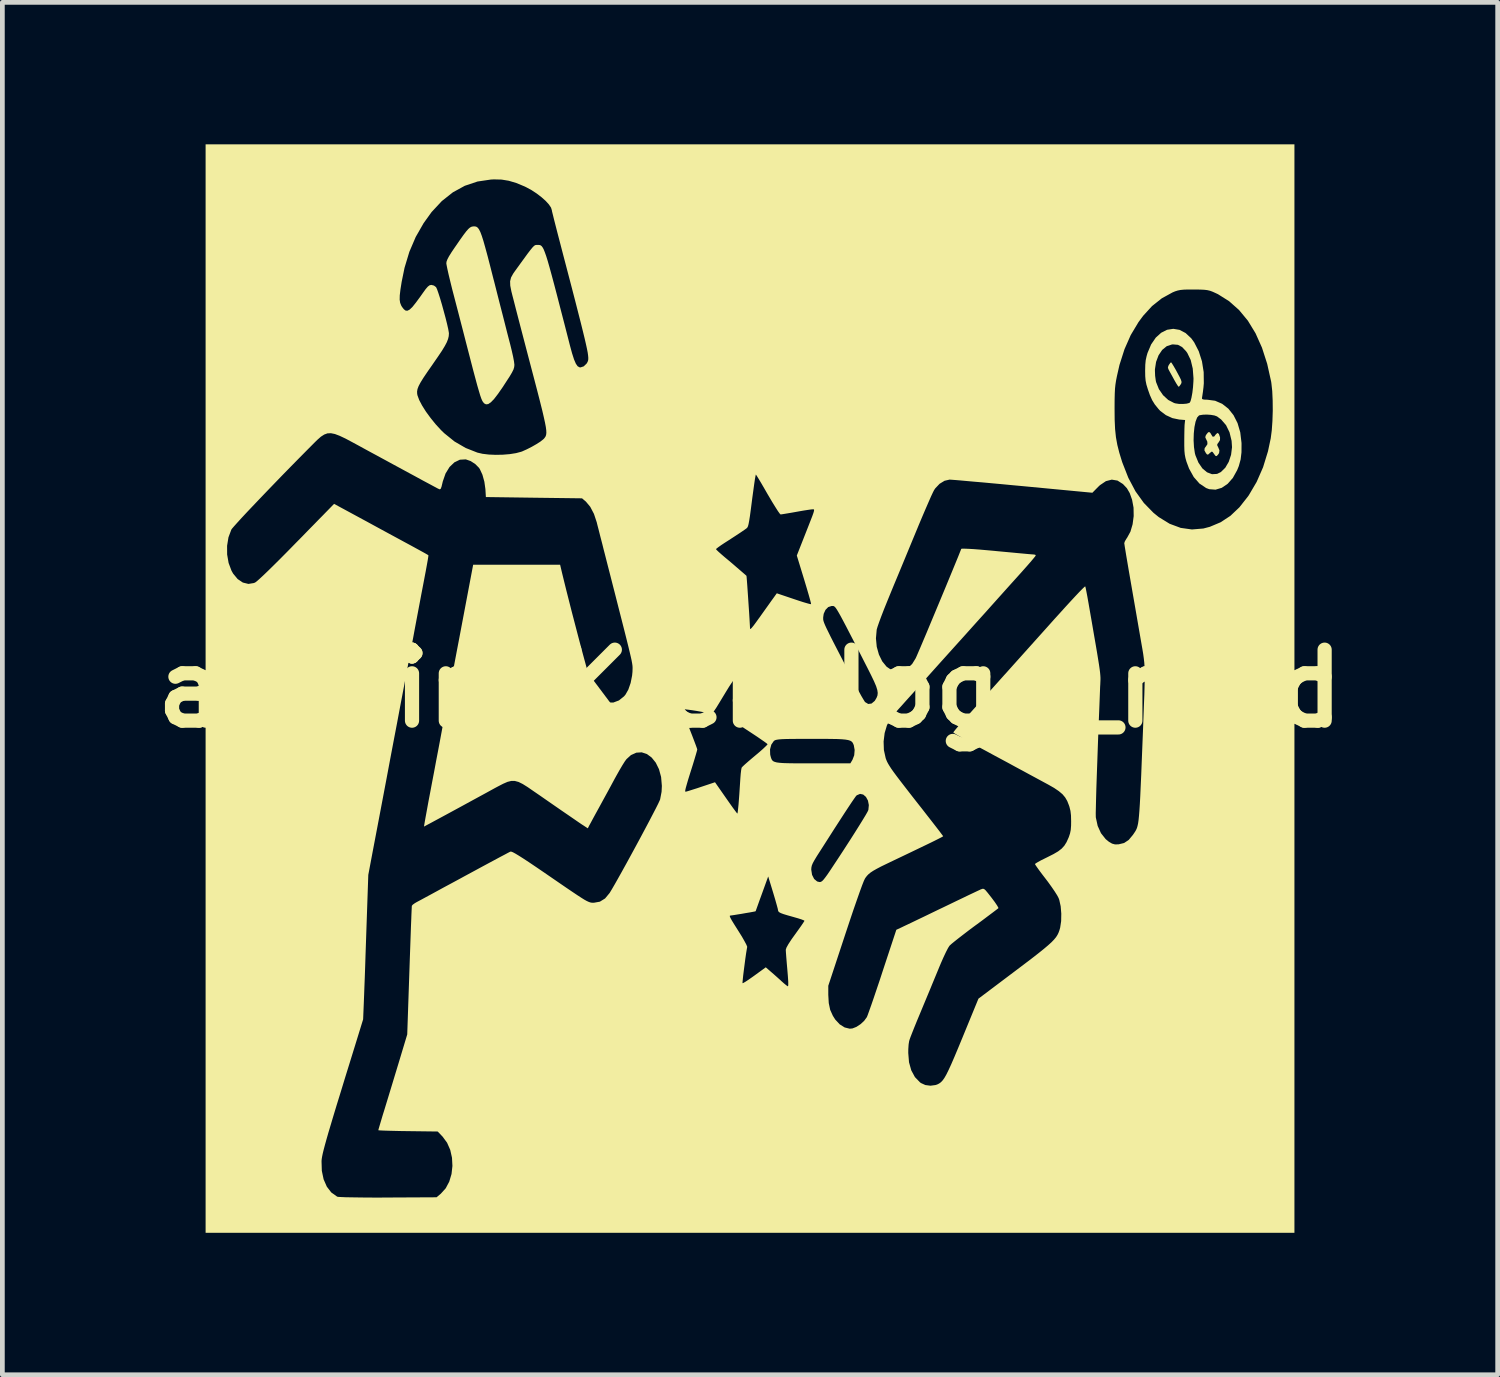
<source format=kicad_pcb>
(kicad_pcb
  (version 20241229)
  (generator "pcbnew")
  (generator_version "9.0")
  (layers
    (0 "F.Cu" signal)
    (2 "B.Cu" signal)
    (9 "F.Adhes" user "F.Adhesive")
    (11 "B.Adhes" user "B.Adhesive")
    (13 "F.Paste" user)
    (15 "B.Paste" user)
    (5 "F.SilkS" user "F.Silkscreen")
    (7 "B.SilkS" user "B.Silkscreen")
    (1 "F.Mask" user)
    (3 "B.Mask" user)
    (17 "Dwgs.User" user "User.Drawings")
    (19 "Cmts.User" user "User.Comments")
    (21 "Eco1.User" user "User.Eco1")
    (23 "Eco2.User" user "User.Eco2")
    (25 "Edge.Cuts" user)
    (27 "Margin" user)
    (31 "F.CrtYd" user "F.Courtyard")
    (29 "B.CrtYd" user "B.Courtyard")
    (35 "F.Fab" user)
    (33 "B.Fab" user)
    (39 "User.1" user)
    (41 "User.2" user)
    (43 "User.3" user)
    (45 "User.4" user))
  (footprint "arduinoKick_logo_mod"
    (layer "F.Cu")
    (at 12.8 11.501)
    (property "Reference" "arduinoKick_logo_mod" (at 0 0 0) (layer "F.SilkS") (effects (font (size 1.5 1.5) (thickness 0.3))))
    (attr board_only exclude_from_pos_files exclude_from_bom)
    (fp_poly (pts (xy 8.914 -6.875) (xy 8.947 -6.822) (xy 8.992 -6.745) (xy 9.023 -6.688) (xy 9.074 -6.593) (xy 9.105 -6.53) (xy 9.118 -6.489) (xy 9.118 -6.461) (xy 9.107 -6.435) (xy 9.103 -6.43) (xy 9.075 -6.39) (xy 9.058 -6.377) (xy 9.041 -6.397) (xy 9.008 -6.448) (xy 8.966 -6.521) (xy 8.959 -6.534) (xy 8.913 -6.618) (xy 8.873 -6.69) (xy 8.848 -6.737) (xy 8.847 -6.738) (xy 8.831 -6.779) (xy 8.84 -6.817) (xy 8.853 -6.841) (xy 8.881 -6.881) (xy 8.898 -6.895)) (stroke (width 0) (type solid)) (fill yes) (layer "F.SilkS"))
    (fp_poly (pts (xy 9.728 -5.402) (xy 9.747 -5.369) (xy 9.777 -5.322) (xy 9.809 -5.326) (xy 9.842 -5.369) (xy 9.877 -5.402) (xy 9.908 -5.382) (xy 9.932 -5.311) (xy 9.933 -5.308) (xy 9.932 -5.251) (xy 9.903 -5.203) (xy 9.875 -5.166) (xy 9.874 -5.137) (xy 9.892 -5.103) (xy 9.92 -5.035) (xy 9.913 -4.977) (xy 9.891 -4.944) (xy 9.861 -4.913) (xy 9.839 -4.915) (xy 9.81 -4.952) (xy 9.802 -4.964) (xy 9.773 -5.003) (xy 9.749 -5.005) (xy 9.716 -4.976) (xy 9.681 -4.945) (xy 9.658 -4.947) (xy 9.634 -4.976) (xy 9.603 -5.033) (xy 9.608 -5.081) (xy 9.635 -5.117) (xy 9.666 -5.164) (xy 9.664 -5.217) (xy 9.641 -5.265) (xy 9.622 -5.305) (xy 9.627 -5.339) (xy 9.644 -5.369) (xy 9.677 -5.41) (xy 9.701 -5.423)) (stroke (width 0) (type solid)) (fill yes) (layer "F.SilkS"))
    (fp_poly (pts (xy -5.809 -9.766) (xy -5.78 -9.758) (xy -5.753 -9.738) (xy -5.727 -9.703) (xy -5.699 -9.648) (xy -5.669 -9.568) (xy -5.634 -9.459) (xy -5.594 -9.317) (xy -5.545 -9.137) (xy -5.488 -8.916) (xy -5.42 -8.648) (xy -5.41 -8.612) (xy -5.35 -8.375) (xy -5.29 -8.139) (xy -5.232 -7.914) (xy -5.179 -7.706) (xy -5.133 -7.524) (xy -5.095 -7.377) (xy -5.068 -7.274) (xy -5.035 -7.139) (xy -5.007 -7.015) (xy -4.988 -6.914) (xy -4.98 -6.848) (xy -4.979 -6.842) (xy -4.984 -6.793) (xy -4.999 -6.742) (xy -5.031 -6.678) (xy -5.083 -6.59) (xy -5.11 -6.549) (xy -5.229 -6.366) (xy -5.328 -6.224) (xy -5.409 -6.119) (xy -5.477 -6.049) (xy -5.532 -6.012) (xy -5.579 -6.006) (xy -5.619 -6.027) (xy -5.647 -6.062) (xy -5.663 -6.091) (xy -5.681 -6.134) (xy -5.703 -6.198) (xy -5.729 -6.286) (xy -5.763 -6.402) (xy -5.803 -6.551) (xy -5.853 -6.738) (xy -5.912 -6.966) (xy -5.983 -7.24) (xy -5.996 -7.29) (xy -6.027 -7.411) (xy -6.068 -7.571) (xy -6.116 -7.756) (xy -6.168 -7.957) (xy -6.221 -8.16) (xy -6.248 -8.264) (xy -6.295 -8.444) (xy -6.336 -8.611) (xy -6.371 -8.756) (xy -6.397 -8.873) (xy -6.413 -8.954) (xy -6.418 -8.987) (xy -6.413 -9.024) (xy -6.395 -9.071) (xy -6.362 -9.134) (xy -6.309 -9.219) (xy -6.232 -9.333) (xy -6.224 -9.344) (xy -6.129 -9.482) (xy -6.055 -9.586) (xy -5.998 -9.661) (xy -5.953 -9.712) (xy -5.917 -9.743) (xy -5.884 -9.76) (xy -5.852 -9.766) (xy -5.842 -9.767)) (stroke (width 0) (type solid)) (fill yes) (layer "F.SilkS"))
    (fp_poly (pts (xy 9.077 -7.58) (xy 9.205 -7.513) (xy 9.324 -7.402) (xy 9.386 -7.317) (xy 9.483 -7.128) (xy 9.551 -6.915) (xy 9.587 -6.687) (xy 9.59 -6.452) (xy 9.583 -6.368) (xy 9.571 -6.27) (xy 9.559 -6.189) (xy 9.552 -6.146) (xy 9.552 -6.124) (xy 9.57 -6.111) (xy 9.613 -6.105) (xy 9.665 -6.104) (xy 9.829 -6.082) (xy 9.978 -6.017) (xy 10.109 -5.914) (xy 10.218 -5.777) (xy 10.303 -5.609) (xy 10.36 -5.415) (xy 10.386 -5.197) (xy 10.387 -5.177) (xy 10.386 -4.993) (xy 10.368 -4.841) (xy 10.33 -4.703) (xy 10.295 -4.616) (xy 10.204 -4.452) (xy 10.093 -4.326) (xy 9.969 -4.242) (xy 9.838 -4.203) (xy 9.705 -4.213) (xy 9.64 -4.237) (xy 9.499 -4.331) (xy 9.377 -4.47) (xy 9.278 -4.649) (xy 9.224 -4.793) (xy 9.202 -4.871) (xy 9.188 -4.943) (xy 9.18 -5.024) (xy 9.177 -5.133) (xy 9.177 -5.233) (xy 9.177 -5.245) (xy 9.374 -5.245) (xy 9.382 -5.103) (xy 9.401 -4.974) (xy 9.413 -4.929) (xy 9.477 -4.773) (xy 9.56 -4.652) (xy 9.658 -4.57) (xy 9.763 -4.53) (xy 9.87 -4.536) (xy 9.95 -4.575) (xy 10.044 -4.667) (xy 10.117 -4.792) (xy 10.166 -4.94) (xy 10.186 -5.1) (xy 10.177 -5.235) (xy 10.133 -5.416) (xy 10.06 -5.566) (xy 9.956 -5.686) (xy 9.869 -5.751) (xy 9.815 -5.771) (xy 9.739 -5.784) (xy 9.653 -5.79) (xy 9.57 -5.787) (xy 9.503 -5.776) (xy 9.488 -5.771) (xy 9.449 -5.728) (xy 9.416 -5.642) (xy 9.392 -5.526) (xy 9.378 -5.39) (xy 9.374 -5.245) (xy 9.177 -5.245) (xy 9.178 -5.361) (xy 9.18 -5.476) (xy 9.183 -5.563) (xy 9.186 -5.597) (xy 9.195 -5.675) (xy 9.07 -5.685) (xy 8.926 -5.715) (xy 8.789 -5.778) (xy 8.669 -5.868) (xy 8.632 -5.908) (xy 8.555 -6.003) (xy 8.498 -6.095) (xy 8.45 -6.203) (xy 8.408 -6.322) (xy 8.377 -6.423) (xy 8.36 -6.507) (xy 8.352 -6.598) (xy 8.35 -6.712) (xy 8.557 -6.712) (xy 8.561 -6.608) (xy 8.574 -6.512) (xy 8.581 -6.477) (xy 8.641 -6.327) (xy 8.729 -6.199) (xy 8.838 -6.099) (xy 8.961 -6.035) (xy 8.992 -6.026) (xy 9.066 -6.015) (xy 9.15 -6.014) (xy 9.229 -6.021) (xy 9.288 -6.037) (xy 9.288 -6.037) (xy 9.309 -6.072) (xy 9.329 -6.147) (xy 9.348 -6.251) (xy 9.362 -6.37) (xy 9.37 -6.491) (xy 9.372 -6.554) (xy 9.356 -6.763) (xy 9.313 -6.943) (xy 9.242 -7.09) (xy 9.216 -7.127) (xy 9.131 -7.217) (xy 9.043 -7.264) (xy 8.938 -7.273) (xy 8.916 -7.271) (xy 8.806 -7.235) (xy 8.71 -7.156) (xy 8.634 -7.043) (xy 8.581 -6.903) (xy 8.557 -6.746) (xy 8.557 -6.712) (xy 8.35 -6.712) (xy 8.35 -6.717) (xy 8.353 -6.843) (xy 8.362 -6.938) (xy 8.381 -7.025) (xy 8.4 -7.091) (xy 8.477 -7.273) (xy 8.575 -7.416) (xy 8.689 -7.519) (xy 8.814 -7.582) (xy 8.945 -7.602)) (stroke (width 0) (type solid)) (fill yes) (layer "F.SilkS"))
    (fp_poly (pts (xy 11.505 0) (xy 11.505 11.501) (xy 0 11.501) (xy -11.505 11.501) (xy -11.505 0) (xy -11.505 -3.017) (xy -11.051 -3.017) (xy -11.05 -2.833) (xy -11.019 -2.654) (xy -10.958 -2.491) (xy -10.924 -2.43) (xy -10.828 -2.314) (xy -10.718 -2.24) (xy -10.6 -2.211) (xy -10.484 -2.23) (xy -10.455 -2.243) (xy -10.423 -2.267) (xy -10.364 -2.319) (xy -10.283 -2.394) (xy -10.183 -2.49) (xy -10.068 -2.603) (xy -9.941 -2.729) (xy -9.806 -2.865) (xy -9.739 -2.933) (xy -9.597 -3.078) (xy -9.458 -3.219) (xy -9.328 -3.353) (xy -9.208 -3.475) (xy -9.105 -3.581) (xy -9.021 -3.666) (xy -8.962 -3.727) (xy -8.947 -3.742) (xy -8.79 -3.903) (xy -8.075 -3.516) (xy -7.833 -3.384) (xy -7.623 -3.27) (xy -7.442 -3.172) (xy -7.289 -3.089) (xy -7.161 -3.02) (xy -7.057 -2.963) (xy -6.973 -2.917) (xy -6.909 -2.882) (xy -6.861 -2.855) (xy -6.828 -2.836) (xy -6.808 -2.824) (xy -6.798 -2.818) (xy -6.797 -2.817) (xy -6.799 -2.789) (xy -6.81 -2.718) (xy -6.829 -2.612) (xy -6.853 -2.48) (xy -6.875 -2.365) (xy -6.908 -2.191) (xy -6.948 -1.983) (xy -6.99 -1.76) (xy -7.032 -1.538) (xy -7.065 -1.363) (xy -7.088 -1.241) (xy -7.119 -1.072) (xy -7.16 -0.858) (xy -7.207 -0.605) (xy -7.262 -0.317) (xy -7.322 0.003) (xy -7.388 0.349) (xy -7.457 0.718) (xy -7.531 1.105) (xy -7.607 1.506) (xy -7.684 1.917) (xy -7.763 2.334) (xy -7.842 2.751) (xy -7.921 3.166) (xy -7.972 3.434) (xy -8.067 3.938) (xy -8.107 5.096) (xy -8.116 5.359) (xy -8.125 5.62) (xy -8.133 5.869) (xy -8.141 6.1) (xy -8.149 6.303) (xy -8.155 6.471) (xy -8.16 6.594) (xy -8.161 6.623) (xy -8.176 6.99) (xy -8.323 7.467) (xy -8.446 7.865) (xy -8.555 8.216) (xy -8.649 8.524) (xy -8.732 8.792) (xy -8.802 9.023) (xy -8.861 9.221) (xy -8.911 9.388) (xy -8.951 9.528) (xy -8.983 9.644) (xy -9.008 9.738) (xy -9.027 9.815) (xy -9.04 9.876) (xy -9.049 9.926) (xy -9.054 9.967) (xy -9.055 9.992) (xy -9.049 10.192) (xy -9.011 10.372) (xy -8.943 10.527) (xy -8.849 10.649) (xy -8.73 10.734) (xy -8.721 10.739) (xy -8.695 10.743) (xy -8.636 10.746) (xy -8.548 10.75) (xy -8.434 10.752) (xy -8.297 10.754) (xy -8.142 10.756) (xy -7.971 10.757) (xy -7.788 10.757) (xy -7.649 10.756) (xy -6.624 10.751) (xy -6.534 10.675) (xy -6.431 10.561) (xy -6.356 10.42) (xy -6.308 10.259) (xy -6.289 10.089) (xy -6.298 9.916) (xy -6.335 9.75) (xy -6.402 9.598) (xy -6.496 9.47) (xy -6.6 9.361) (xy -7.228 9.353) (xy -7.374 9.351) (xy -7.508 9.348) (xy -7.626 9.345) (xy -7.724 9.342) (xy -7.797 9.339) (xy -7.842 9.336) (xy -7.855 9.333) (xy -7.848 9.305) (xy -7.828 9.237) (xy -7.798 9.136) (xy -7.761 9.011) (xy -7.732 8.919) (xy -7.687 8.771) (xy -7.631 8.588) (xy -7.569 8.384) (xy -7.505 8.173) (xy -7.443 7.969) (xy -7.426 7.913) (xy -7.244 7.309) (xy -7.198 5.964) (xy -7.189 5.698) (xy -7.18 5.449) (xy -7.172 5.221) (xy -7.165 5.02) (xy -7.158 4.852) (xy -7.157 4.816) (xy -0.427 4.816) (xy -0.414 4.847) (xy -0.385 4.9) (xy -0.336 4.98) (xy -0.266 5.091) (xy -0.237 5.137) (xy -0.172 5.241) (xy -0.119 5.334) (xy -0.08 5.407) (xy -0.061 5.452) (xy -0.06 5.462) (xy -0.069 5.512) (xy -0.083 5.598) (xy -0.099 5.709) (xy -0.115 5.832) (xy -0.131 5.956) (xy -0.145 6.069) (xy -0.154 6.159) (xy -0.159 6.215) (xy -0.159 6.227) (xy -0.14 6.221) (xy -0.095 6.195) (xy -0.03 6.152) (xy 0.05 6.096) (xy 0.092 6.066) (xy 0.333 5.891) (xy 0.431 5.976) (xy 0.498 6.034) (xy 0.578 6.105) (xy 0.655 6.174) (xy 0.656 6.176) (xy 0.717 6.23) (xy 0.767 6.271) (xy 0.798 6.292) (xy 0.801 6.293) (xy 0.805 6.281) (xy 1.654 6.281) (xy 1.654 6.472) (xy 1.664 6.647) (xy 1.694 6.79) (xy 1.751 6.916) (xy 1.802 6.996) (xy 1.895 7.096) (xy 2 7.162) (xy 2.106 7.188) (xy 2.164 7.183) (xy 2.248 7.15) (xy 2.335 7.093) (xy 2.412 7.022) (xy 2.467 6.947) (xy 2.47 6.941) (xy 2.488 6.897) (xy 2.519 6.81) (xy 2.563 6.687) (xy 2.616 6.533) (xy 2.676 6.355) (xy 2.742 6.16) (xy 2.802 5.976) (xy 3.092 5.098) (xy 3.204 5.046) (xy 3.245 5.026) (xy 3.317 4.992) (xy 3.414 4.946) (xy 3.532 4.889) (xy 3.668 4.824) (xy 3.817 4.752) (xy 3.974 4.676) (xy 4.054 4.638) (xy 4.212 4.562) (xy 4.363 4.489) (xy 4.501 4.423) (xy 4.623 4.364) (xy 4.725 4.316) (xy 4.803 4.279) (xy 4.853 4.256) (xy 4.866 4.249) (xy 4.911 4.232) (xy 4.943 4.234) (xy 4.975 4.26) (xy 5.019 4.312) (xy 5.104 4.42) (xy 5.172 4.511) (xy 5.22 4.582) (xy 5.246 4.627) (xy 5.249 4.641) (xy 5.231 4.656) (xy 5.185 4.691) (xy 5.115 4.744) (xy 5.024 4.812) (xy 4.918 4.892) (xy 4.799 4.98) (xy 4.756 5.011) (xy 4.631 5.104) (xy 4.515 5.193) (xy 4.41 5.274) (xy 4.323 5.343) (xy 4.258 5.396) (xy 4.22 5.431) (xy 4.215 5.436) (xy 4.185 5.483) (xy 4.142 5.566) (xy 4.09 5.676) (xy 4.034 5.803) (xy 4.008 5.865) (xy 3.951 6.003) (xy 3.896 6.136) (xy 3.848 6.252) (xy 3.812 6.34) (xy 3.802 6.364) (xy 3.693 6.626) (xy 3.602 6.845) (xy 3.527 7.025) (xy 3.468 7.17) (xy 3.424 7.281) (xy 3.392 7.363) (xy 3.372 7.419) (xy 3.363 7.45) (xy 3.352 7.517) (xy 3.345 7.616) (xy 3.344 7.702) (xy 3.36 7.898) (xy 3.408 8.069) (xy 3.485 8.211) (xy 3.591 8.321) (xy 3.613 8.337) (xy 3.705 8.379) (xy 3.813 8.393) (xy 3.92 8.379) (xy 3.956 8.367) (xy 3.996 8.347) (xy 4.032 8.321) (xy 4.068 8.284) (xy 4.106 8.232) (xy 4.148 8.159) (xy 4.196 8.062) (xy 4.254 7.936) (xy 4.323 7.776) (xy 4.406 7.578) (xy 4.492 7.37) (xy 4.827 6.554) (xy 5.605 5.968) (xy 5.797 5.823) (xy 5.96 5.699) (xy 6.096 5.593) (xy 6.208 5.503) (xy 6.298 5.427) (xy 6.37 5.362) (xy 6.425 5.305) (xy 6.467 5.254) (xy 6.498 5.205) (xy 6.521 5.157) (xy 6.539 5.107) (xy 6.554 5.054) (xy 6.575 4.915) (xy 6.578 4.757) (xy 6.565 4.6) (xy 6.535 4.465) (xy 6.521 4.427) (xy 6.492 4.372) (xy 6.441 4.291) (xy 6.374 4.193) (xy 6.297 4.086) (xy 6.249 4.023) (xy 6.173 3.924) (xy 6.108 3.837) (xy 6.059 3.768) (xy 6.029 3.723) (xy 6.022 3.709) (xy 6.038 3.694) (xy 6.083 3.667) (xy 6.15 3.63) (xy 6.235 3.588) (xy 6.287 3.562) (xy 6.414 3.498) (xy 6.511 3.441) (xy 6.586 3.383) (xy 6.643 3.32) (xy 6.689 3.246) (xy 6.73 3.155) (xy 6.737 3.139) (xy 6.763 3.061) (xy 6.778 2.987) (xy 6.785 2.896) (xy 6.786 2.807) (xy 6.783 2.681) (xy 6.772 2.586) (xy 6.75 2.498) (xy 6.739 2.466) (xy 6.704 2.377) (xy 6.66 2.301) (xy 6.603 2.233) (xy 6.526 2.168) (xy 6.426 2.1) (xy 6.296 2.026) (xy 6.281 2.018) (xy 6.168 1.957) (xy 6.035 1.885) (xy 5.894 1.809) (xy 5.76 1.736) (xy 5.698 1.703) (xy 5.598 1.649) (xy 5.472 1.58) (xy 5.327 1.502) (xy 5.172 1.419) (xy 5.014 1.333) (xy 4.861 1.251) (xy 4.84 1.239) (xy 4.708 1.168) (xy 4.588 1.101) (xy 4.483 1.042) (xy 4.398 0.993) (xy 4.336 0.956) (xy 4.302 0.933) (xy 4.296 0.928) (xy 4.31 0.906) (xy 4.348 0.859) (xy 4.406 0.791) (xy 4.479 0.708) (xy 4.543 0.637) (xy 4.614 0.559) (xy 4.708 0.454) (xy 4.822 0.328) (xy 4.95 0.186) (xy 5.088 0.032) (xy 5.231 -0.127) (xy 5.373 -0.286) (xy 5.402 -0.317) (xy 5.561 -0.495) (xy 5.735 -0.689) (xy 5.917 -0.892) (xy 6.099 -1.095) (xy 6.274 -1.29) (xy 6.433 -1.468) (xy 6.543 -1.589) (xy 6.664 -1.723) (xy 6.776 -1.845) (xy 6.875 -1.952) (xy 6.959 -2.041) (xy 7.024 -2.107) (xy 7.067 -2.148) (xy 7.084 -2.16) (xy 7.084 -2.159) (xy 7.093 -2.127) (xy 7.108 -2.052) (xy 7.129 -1.942) (xy 7.153 -1.807) (xy 7.171 -1.703) (xy 7.224 -1.399) (xy 7.268 -1.142) (xy 7.305 -0.928) (xy 7.335 -0.752) (xy 7.358 -0.61) (xy 7.376 -0.497) (xy 7.389 -0.407) (xy 7.398 -0.335) (xy 7.403 -0.278) (xy 7.406 -0.23) (xy 7.406 -0.186) (xy 7.404 -0.141) (xy 7.402 -0.091) (xy 7.399 -0.041) (xy 7.382 0.404) (xy 7.365 0.818) (xy 7.351 1.198) (xy 7.339 1.542) (xy 7.328 1.847) (xy 7.319 2.111) (xy 7.313 2.331) (xy 7.309 2.505) (xy 7.306 2.631) (xy 7.307 2.706) (xy 7.308 2.724) (xy 7.347 2.903) (xy 7.417 3.057) (xy 7.516 3.182) (xy 7.583 3.237) (xy 7.651 3.277) (xy 7.714 3.294) (xy 7.79 3.292) (xy 7.905 3.264) (xy 8.002 3.2) (xy 8.092 3.092) (xy 8.105 3.073) (xy 8.127 3.04) (xy 8.146 3.011) (xy 8.162 2.981) (xy 8.177 2.946) (xy 8.189 2.904) (xy 8.201 2.85) (xy 8.211 2.78) (xy 8.22 2.691) (xy 8.229 2.579) (xy 8.238 2.441) (xy 8.247 2.272) (xy 8.256 2.069) (xy 8.267 1.829) (xy 8.278 1.547) (xy 8.291 1.22) (xy 8.306 0.845) (xy 8.314 0.627) (xy 8.324 0.353) (xy 8.333 0.127) (xy 8.338 -0.059) (xy 8.341 -0.213) (xy 8.341 -0.34) (xy 8.338 -0.448) (xy 8.332 -0.545) (xy 8.322 -0.636) (xy 8.309 -0.731) (xy 8.292 -0.834) (xy 8.278 -0.914) (xy 8.207 -1.323) (xy 8.145 -1.682) (xy 8.091 -1.993) (xy 8.045 -2.259) (xy 8.006 -2.483) (xy 7.975 -2.666) (xy 7.95 -2.813) (xy 7.932 -2.924) (xy 7.919 -3.003) (xy 7.912 -3.052) (xy 7.909 -3.073) (xy 7.909 -3.073) (xy 7.922 -3.112) (xy 7.954 -3.166) (xy 7.97 -3.189) (xy 8.039 -3.315) (xy 8.085 -3.471) (xy 8.108 -3.645) (xy 8.105 -3.823) (xy 8.074 -3.99) (xy 8.073 -3.993) (xy 8.024 -4.131) (xy 7.964 -4.234) (xy 7.881 -4.322) (xy 7.766 -4.395) (xy 7.645 -4.415) (xy 7.521 -4.383) (xy 7.395 -4.298) (xy 7.356 -4.261) (xy 7.235 -4.138) (xy 5.77 -4.277) (xy 5.542 -4.298) (xy 5.322 -4.319) (xy 5.114 -4.338) (xy 4.921 -4.356) (xy 4.744 -4.371) (xy 4.588 -4.385) (xy 4.456 -4.397) (xy 4.349 -4.406) (xy 4.271 -4.412) (xy 4.225 -4.415) (xy 4.215 -4.415) (xy 4.111 -4.391) (xy 4.006 -4.327) (xy 3.915 -4.231) (xy 3.89 -4.194) (xy 3.866 -4.147) (xy 3.826 -4.062) (xy 3.774 -3.943) (xy 3.711 -3.798) (xy 3.64 -3.632) (xy 3.565 -3.454) (xy 3.54 -3.393) (xy 3.448 -3.171) (xy 3.345 -2.922) (xy 3.238 -2.663) (xy 3.132 -2.407) (xy 3.034 -2.172) (xy 2.972 -2.021) (xy 2.9 -1.845) (xy 2.833 -1.679) (xy 2.775 -1.529) (xy 2.728 -1.402) (xy 2.695 -1.307) (xy 2.678 -1.249) (xy 2.677 -1.245) (xy 2.661 -1.061) (xy 2.678 -0.883) (xy 2.724 -0.718) (xy 2.794 -0.575) (xy 2.886 -0.462) (xy 2.996 -0.387) (xy 3.074 -0.363) (xy 3.203 -0.365) (xy 3.322 -0.419) (xy 3.428 -0.522) (xy 3.499 -0.637) (xy 3.518 -0.678) (xy 3.553 -0.759) (xy 3.602 -0.873) (xy 3.662 -1.015) (xy 3.732 -1.18) (xy 3.808 -1.363) (xy 3.889 -1.557) (xy 3.973 -1.758) (xy 4.057 -1.96) (xy 4.139 -2.157) (xy 4.216 -2.344) (xy 4.287 -2.516) (xy 4.349 -2.667) (xy 4.4 -2.791) (xy 4.437 -2.884) (xy 4.459 -2.939) (xy 4.463 -2.952) (xy 4.482 -2.956) (xy 4.533 -2.956) (xy 4.614 -2.953) (xy 4.721 -2.947) (xy 4.851 -2.937) (xy 5.001 -2.924) (xy 5.168 -2.909) (xy 5.205 -2.905) (xy 5.366 -2.89) (xy 5.517 -2.876) (xy 5.654 -2.863) (xy 5.774 -2.852) (xy 5.871 -2.843) (xy 5.942 -2.837) (xy 5.984 -2.834) (xy 5.99 -2.834) (xy 6.026 -2.828) (xy 6.039 -2.814) (xy 6.025 -2.792) (xy 5.986 -2.744) (xy 5.927 -2.674) (xy 5.851 -2.587) (xy 5.763 -2.488) (xy 5.732 -2.453) (xy 5.625 -2.334) (xy 5.514 -2.211) (xy 5.408 -2.093) (xy 5.314 -1.988) (xy 5.242 -1.908) (xy 5.177 -1.835) (xy 5.089 -1.737) (xy 4.985 -1.62) (xy 4.87 -1.493) (xy 4.751 -1.361) (xy 4.656 -1.255) (xy 4.537 -1.122) (xy 4.415 -0.987) (xy 4.297 -0.856) (xy 4.189 -0.736) (xy 4.099 -0.636) (xy 4.045 -0.576) (xy 3.861 -0.371) (xy 3.692 -0.182) (xy 3.54 -0.012) (xy 3.407 0.136) (xy 3.295 0.26) (xy 3.207 0.359) (xy 3.144 0.428) (xy 3.128 0.446) (xy 3.065 0.518) (xy 3.005 0.591) (xy 2.968 0.639) (xy 2.894 0.776) (xy 2.845 0.94) (xy 2.823 1.119) (xy 2.829 1.299) (xy 2.866 1.467) (xy 2.866 1.469) (xy 2.88 1.507) (xy 2.896 1.545) (xy 2.918 1.587) (xy 2.947 1.635) (xy 2.985 1.694) (xy 3.036 1.766) (xy 3.102 1.855) (xy 3.185 1.964) (xy 3.287 2.096) (xy 3.411 2.256) (xy 3.559 2.445) (xy 3.627 2.531) (xy 3.735 2.67) (xy 3.835 2.798) (xy 3.922 2.91) (xy 3.993 3.002) (xy 4.045 3.071) (xy 4.075 3.111) (xy 4.081 3.121) (xy 4.072 3.128) (xy 4.044 3.144) (xy 3.995 3.169) (xy 3.924 3.205) (xy 3.829 3.252) (xy 3.707 3.311) (xy 3.557 3.383) (xy 3.378 3.469) (xy 3.167 3.57) (xy 3.047 3.627) (xy 2.895 3.7) (xy 2.773 3.759) (xy 2.678 3.809) (xy 2.604 3.851) (xy 2.548 3.888) (xy 2.505 3.923) (xy 2.471 3.958) (xy 2.442 3.996) (xy 2.429 4.016) (xy 2.406 4.064) (xy 2.369 4.158) (xy 2.319 4.295) (xy 2.257 4.471) (xy 2.183 4.684) (xy 2.1 4.931) (xy 2.013 5.193) (xy 1.654 6.281) (xy 0.805 6.281) (xy 0.808 6.27) (xy 0.808 6.199) (xy 0.8 6.077) (xy 0.788 5.934) (xy 0.776 5.796) (xy 0.766 5.673) (xy 0.759 5.578) (xy 0.756 5.523) (xy 0.756 5.519) (xy 0.77 5.475) (xy 0.811 5.401) (xy 0.879 5.297) (xy 0.953 5.194) (xy 1.022 5.098) (xy 1.081 5.015) (xy 1.124 4.951) (xy 1.148 4.914) (xy 1.15 4.907) (xy 1.134 4.897) (xy 1.088 4.879) (xy 1.02 4.857) (xy 0.936 4.833) (xy 0.912 4.826) (xy 0.795 4.793) (xy 0.709 4.767) (xy 0.65 4.745) (xy 0.614 4.725) (xy 0.597 4.705) (xy 0.593 4.69) (xy 0.586 4.653) (xy 0.565 4.575) (xy 0.533 4.462) (xy 0.492 4.324) (xy 0.444 4.166) (xy 0.425 4.104) (xy 0.384 3.971) (xy 0.252 4.336) (xy 0.206 4.462) (xy 0.167 4.571) (xy 0.138 4.652) (xy 0.121 4.699) (xy 0.118 4.706) (xy 0.101 4.711) (xy 0.055 4.72) (xy -0.011 4.732) (xy -0.09 4.745) (xy -0.174 4.76) (xy -0.256 4.773) (xy -0.328 4.785) (xy -0.383 4.793) (xy -0.413 4.797) (xy -0.414 4.797) (xy -0.426 4.8) (xy -0.427 4.816) (xy -7.157 4.816) (xy -7.153 4.721) (xy -7.149 4.633) (xy -7.147 4.593) (xy -7.147 4.592) (xy -7.128 4.568) (xy -7.085 4.537) (xy -7.053 4.518) (xy -7.02 4.5) (xy -6.956 4.466) (xy -6.866 4.417) (xy -6.751 4.355) (xy -6.617 4.282) (xy -6.467 4.2) (xy -6.303 4.112) (xy -6.129 4.018) (xy -6.036 3.967) (xy -5.86 3.872) (xy -5.694 3.782) (xy -5.54 3.699) (xy -5.402 3.625) (xy -5.283 3.561) (xy -5.186 3.51) (xy -5.115 3.472) (xy -5.072 3.45) (xy -5.062 3.446) (xy -5.043 3.447) (xy -5.008 3.461) (xy -4.955 3.49) (xy -4.882 3.534) (xy -4.786 3.595) (xy -4.666 3.674) (xy -4.519 3.773) (xy -4.343 3.893) (xy -4.218 3.979) (xy -4.036 4.104) (xy -3.883 4.209) (xy -3.756 4.295) (xy -3.653 4.364) (xy -3.57 4.418) (xy -3.505 4.459) (xy -3.453 4.488) (xy -3.412 4.507) (xy -3.379 4.519) (xy -3.351 4.525) (xy -3.325 4.527) (xy -3.302 4.527) (xy -3.173 4.504) (xy -3.063 4.436) (xy -2.966 4.319) (xy -2.962 4.312) (xy -2.918 4.239) (xy -2.857 4.134) (xy -2.783 4.003) (xy -2.698 3.851) (xy -2.685 3.827) (xy 1.294 3.827) (xy 1.311 3.937) (xy 1.355 4.024) (xy 1.419 4.077) (xy 1.468 4.089) (xy 1.487 4.088) (xy 1.505 4.081) (xy 1.527 4.066) (xy 1.554 4.038) (xy 1.589 3.994) (xy 1.635 3.931) (xy 1.694 3.844) (xy 1.77 3.729) (xy 1.866 3.584) (xy 1.983 3.405) (xy 2.01 3.363) (xy 2.118 3.196) (xy 2.218 3.039) (xy 2.307 2.897) (xy 2.383 2.774) (xy 2.443 2.675) (xy 2.483 2.605) (xy 2.5 2.568) (xy 2.501 2.567) (xy 2.511 2.462) (xy 2.492 2.367) (xy 2.45 2.29) (xy 2.392 2.24) (xy 2.326 2.226) (xy 2.257 2.255) (xy 2.254 2.257) (xy 2.236 2.277) (xy 2.204 2.322) (xy 2.155 2.393) (xy 2.089 2.492) (xy 2.004 2.621) (xy 1.899 2.783) (xy 1.773 2.978) (xy 1.625 3.21) (xy 1.488 3.424) (xy 1.413 3.541) (xy 1.361 3.627) (xy 1.326 3.691) (xy 1.306 3.74) (xy 1.297 3.781) (xy 1.294 3.823) (xy 1.294 3.827) (xy -2.685 3.827) (xy -2.605 3.683) (xy -2.508 3.505) (xy -2.409 3.323) (xy -2.311 3.141) (xy -2.217 2.965) (xy -2.13 2.801) (xy -2.053 2.653) (xy -1.988 2.528) (xy -1.939 2.43) (xy -1.909 2.365) (xy -1.9 2.344) (xy -1.869 2.182) (xy -1.863 2.058) (xy -1.879 1.869) (xy -1.924 1.704) (xy -1.992 1.566) (xy -2.079 1.458) (xy -2.179 1.384) (xy -2.289 1.348) (xy -2.403 1.355) (xy -2.516 1.406) (xy -2.61 1.491) (xy -2.645 1.538) (xy -2.696 1.619) (xy -2.758 1.724) (xy -2.825 1.843) (xy -2.862 1.91) (xy -2.941 2.057) (xy -3.028 2.217) (xy -3.114 2.374) (xy -3.188 2.51) (xy -3.203 2.537) (xy -3.264 2.648) (xy -3.319 2.749) (xy -3.363 2.831) (xy -3.391 2.882) (xy -3.394 2.887) (xy -3.428 2.954) (xy -3.516 2.896) (xy -3.557 2.87) (xy -3.626 2.823) (xy -3.72 2.758) (xy -3.835 2.679) (xy -3.968 2.588) (xy -4.114 2.487) (xy -4.27 2.379) (xy -4.431 2.267) (xy -4.571 2.171) (xy -4.7 2.082) (xy -4.804 2.017) (xy -4.891 1.974) (xy -4.969 1.953) (xy -5.044 1.952) (xy -5.125 1.972) (xy -5.219 2.013) (xy -5.333 2.072) (xy -5.393 2.104) (xy -5.573 2.203) (xy -5.753 2.301) (xy -5.931 2.398) (xy -6.103 2.492) (xy -6.267 2.581) (xy -6.418 2.663) (xy -6.553 2.736) (xy -6.67 2.799) (xy -6.766 2.851) (xy -6.836 2.888) (xy -6.878 2.911) (xy -6.89 2.916) (xy -6.886 2.891) (xy -6.874 2.819) (xy -6.854 2.707) (xy -6.827 2.56) (xy -6.795 2.384) (xy -6.757 2.185) (xy -6.719 1.983) (xy -6.675 1.753) (xy -6.633 1.527) (xy -6.592 1.314) (xy -6.556 1.123) (xy -6.526 0.961) (xy -6.503 0.837) (xy -6.492 0.777) (xy -6.477 0.7) (xy -6.454 0.577) (xy -6.432 0.457) (xy -1.415 0.457) (xy -1.413 0.483) (xy -1.401 0.528) (xy -1.376 0.599) (xy -1.336 0.704) (xy -1.279 0.849) (xy -1.276 0.858) (xy -1.223 0.993) (xy -1.178 1.111) (xy -1.143 1.204) (xy -1.121 1.266) (xy -1.115 1.287) (xy -1.122 1.318) (xy -1.142 1.388) (xy -1.171 1.486) (xy -1.206 1.601) (xy -1.264 1.785) (xy -1.308 1.926) (xy -1.338 2.03) (xy -1.358 2.101) (xy -1.368 2.146) (xy -1.37 2.17) (xy -1.365 2.18) (xy -1.362 2.18) (xy -1.338 2.175) (xy -1.285 2.159) (xy -1.209 2.135) (xy -1.117 2.106) (xy -1.04 2.08) (xy -0.74 1.98) (xy -0.509 2.311) (xy -0.434 2.418) (xy -0.368 2.511) (xy -0.315 2.583) (xy -0.28 2.629) (xy -0.268 2.643) (xy -0.261 2.618) (xy -0.253 2.55) (xy -0.243 2.452) (xy -0.237 2.378) (xy -0.226 2.232) (xy -0.216 2.078) (xy -0.207 1.942) (xy -0.205 1.908) (xy -0.197 1.805) (xy -0.187 1.721) (xy -0.178 1.674) (xy -0.176 1.671) (xy -0.156 1.648) (xy -0.109 1.604) (xy -0.042 1.545) (xy 0.041 1.474) (xy 0.109 1.417) (xy 0.197 1.343) (xy 0.263 1.285) (xy 0.423 1.285) (xy 0.426 1.392) (xy 0.432 1.42) (xy 0.442 1.457) (xy 0.453 1.488) (xy 0.467 1.513) (xy 0.488 1.534) (xy 0.52 1.549) (xy 0.564 1.561) (xy 0.624 1.569) (xy 0.704 1.575) (xy 0.807 1.578) (xy 0.935 1.58) (xy 1.092 1.581) (xy 1.282 1.581) (xy 1.325 1.581) (xy 2.12 1.581) (xy 2.165 1.506) (xy 2.202 1.41) (xy 2.211 1.298) (xy 2.193 1.198) (xy 2.18 1.166) (xy 2.166 1.14) (xy 2.146 1.119) (xy 2.117 1.102) (xy 2.076 1.089) (xy 2.019 1.079) (xy 1.945 1.072) (xy 1.848 1.067) (xy 1.727 1.065) (xy 1.577 1.063) (xy 1.396 1.063) (xy 1.311 1.063) (xy 1.125 1.063) (xy 0.97 1.064) (xy 0.845 1.065) (xy 0.746 1.067) (xy 0.669 1.07) (xy 0.611 1.075) (xy 0.569 1.081) (xy 0.539 1.088) (xy 0.518 1.098) (xy 0.502 1.109) (xy 0.502 1.11) (xy 0.45 1.185) (xy 0.423 1.285) (xy 0.263 1.285) (xy 0.272 1.277) (xy 0.328 1.224) (xy 0.363 1.189) (xy 0.37 1.176) (xy 0.352 1.159) (xy 0.306 1.125) (xy 0.238 1.078) (xy 0.154 1.02) (xy 0.074 0.967) (xy -0.215 0.777) (xy -0.236 0.627) (xy -0.247 0.538) (xy -0.263 0.413) (xy -0.281 0.271) (xy -0.295 0.158) (xy -0.311 0.033) (xy -0.325 -0.072) (xy -0.337 -0.146) (xy -0.344 -0.176) (xy -0.359 -0.162) (xy -0.393 -0.113) (xy -0.444 -0.036) (xy -0.506 0.065) (xy -0.574 0.177) (xy -0.655 0.311) (xy -0.716 0.41) (xy -0.761 0.476) (xy -0.793 0.515) (xy -0.817 0.532) (xy -0.832 0.533) (xy -0.881 0.52) (xy -0.952 0.505) (xy -1.037 0.489) (xy -1.129 0.473) (xy -1.218 0.459) (xy -1.297 0.448) (xy -1.357 0.441) (xy -1.39 0.441) (xy -1.391 0.441) (xy -1.407 0.446) (xy -1.415 0.457) (xy -6.432 0.457) (xy -6.424 0.413) (xy -6.386 0.213) (xy -6.343 -0.016) (xy -6.295 -0.269) (xy -6.244 -0.541) (xy -6.19 -0.826) (xy -6.146 -1.056) (xy -5.851 -2.616) (xy -4.932 -2.616) (xy -4.013 -2.616) (xy -3.973 -2.446) (xy -3.929 -2.266) (xy -3.879 -2.064) (xy -3.823 -1.843) (xy -3.764 -1.611) (xy -3.702 -1.374) (xy -3.64 -1.136) (xy -3.579 -0.904) (xy -3.52 -0.685) (xy -3.465 -0.483) (xy -3.416 -0.304) (xy -3.374 -0.155) (xy -3.341 -0.041) (xy -3.318 0.032) (xy -3.309 0.055) (xy -3.224 0.175) (xy -3.121 0.256) (xy -3.006 0.296) (xy -2.887 0.295) (xy -2.77 0.251) (xy -2.663 0.165) (xy -2.633 0.13) (xy -2.572 0.023) (xy -2.523 -0.118) (xy -2.492 -0.274) (xy -2.484 -0.354) (xy -2.483 -0.389) (xy -2.482 -0.421) (xy -2.482 -0.453) (xy -2.485 -0.491) (xy -2.492 -0.537) (xy -2.503 -0.597) (xy -2.52 -0.674) (xy -2.543 -0.772) (xy -2.573 -0.896) (xy -2.611 -1.049) (xy -2.658 -1.236) (xy -2.715 -1.46) (xy -2.783 -1.726) (xy -2.862 -2.037) (xy -2.885 -2.126) (xy -2.949 -2.377) (xy -3.011 -2.618) (xy -3.068 -2.842) (xy -3.095 -2.946) (xy -0.719 -2.946) (xy -0.704 -2.927) (xy -0.663 -2.888) (xy -0.603 -2.835) (xy -0.53 -2.772) (xy -0.525 -2.768) (xy -0.448 -2.704) (xy -0.364 -2.633) (xy -0.281 -2.561) (xy -0.203 -2.494) (xy -0.138 -2.438) (xy -0.093 -2.399) (xy -0.075 -2.382) (xy -0.072 -2.355) (xy -0.066 -2.283) (xy -0.058 -2.177) (xy -0.049 -2.047) (xy -0.039 -1.901) (xy -0.029 -1.751) (xy -0.019 -1.605) (xy -0.011 -1.475) (xy -0.005 -1.368) (xy -0.001 -1.297) (xy -0.000231 -1.274) (xy 0.003 -1.259) (xy 0.014 -1.261) (xy 0.036 -1.283) (xy 0.074 -1.329) (xy 0.129 -1.403) (xy 0.187 -1.484) (xy 1.546 -1.484) (xy 1.546 -1.464) (xy 1.549 -1.443) (xy 1.556 -1.417) (xy 1.568 -1.383) (xy 1.587 -1.337) (xy 1.615 -1.276) (xy 1.654 -1.197) (xy 1.704 -1.095) (xy 1.768 -0.969) (xy 1.848 -0.814) (xy 1.944 -0.628) (xy 2.058 -0.406) (xy 2.192 -0.145) (xy 2.236 -0.061) (xy 2.296 0.053) (xy 2.351 0.154) (xy 2.397 0.232) (xy 2.427 0.28) (xy 2.432 0.286) (xy 2.498 0.326) (xy 2.568 0.317) (xy 2.634 0.262) (xy 2.644 0.247) (xy 2.674 0.196) (xy 2.693 0.147) (xy 2.699 0.093) (xy 2.69 0.03) (xy 2.665 -0.05) (xy 2.621 -0.153) (xy 2.558 -0.284) (xy 2.474 -0.451) (xy 2.458 -0.482) (xy 2.323 -0.747) (xy 2.207 -0.972) (xy 2.11 -1.16) (xy 2.03 -1.315) (xy 1.964 -1.44) (xy 1.911 -1.539) (xy 1.869 -1.613) (xy 1.836 -1.668) (xy 1.811 -1.705) (xy 1.79 -1.728) (xy 1.773 -1.74) (xy 1.758 -1.745) (xy 1.743 -1.745) (xy 1.725 -1.744) (xy 1.722 -1.744) (xy 1.653 -1.722) (xy 1.595 -1.663) (xy 1.557 -1.58) (xy 1.546 -1.505) (xy 1.546 -1.484) (xy 0.187 -1.484) (xy 0.206 -1.509) (xy 0.241 -1.559) (xy 0.318 -1.667) (xy 0.391 -1.769) (xy 0.452 -1.855) (xy 0.497 -1.917) (xy 0.512 -1.938) (xy 0.566 -2.013) (xy 0.924 -1.892) (xy 1.032 -1.856) (xy 1.128 -1.825) (xy 1.207 -1.802) (xy 1.262 -1.787) (xy 1.289 -1.783) (xy 1.29 -1.784) (xy 1.286 -1.811) (xy 1.268 -1.881) (xy 1.239 -1.984) (xy 1.201 -2.114) (xy 1.156 -2.264) (xy 1.144 -2.304) (xy 0.989 -2.811) (xy 1.157 -3.238) (xy 1.226 -3.413) (xy 1.278 -3.546) (xy 1.316 -3.644) (xy 1.34 -3.711) (xy 1.352 -3.754) (xy 1.354 -3.777) (xy 1.348 -3.787) (xy 1.335 -3.788) (xy 1.317 -3.788) (xy 1.283 -3.784) (xy 1.22 -3.775) (xy 1.136 -3.762) (xy 1.038 -3.745) (xy 0.971 -3.733) (xy 0.87 -3.715) (xy 0.78 -3.7) (xy 0.708 -3.688) (xy 0.661 -3.681) (xy 0.646 -3.679) (xy 0.626 -3.699) (xy 0.587 -3.754) (xy 0.533 -3.839) (xy 0.467 -3.946) (xy 0.394 -4.07) (xy 0.376 -4.1) (xy 0.303 -4.227) (xy 0.238 -4.339) (xy 0.184 -4.429) (xy 0.145 -4.492) (xy 0.125 -4.521) (xy 0.123 -4.523) (xy 0.117 -4.498) (xy 0.104 -4.427) (xy 0.088 -4.318) (xy 0.069 -4.18) (xy 0.047 -4.019) (xy 0.041 -3.972) (xy 0.017 -3.785) (xy -0.002 -3.645) (xy -0.018 -3.544) (xy -0.031 -3.475) (xy -0.043 -3.431) (xy -0.056 -3.404) (xy -0.071 -3.388) (xy -0.073 -3.386) (xy -0.122 -3.351) (xy -0.201 -3.297) (xy -0.312 -3.224) (xy -0.455 -3.131) (xy -0.535 -3.08) (xy -0.609 -3.031) (xy -0.668 -2.989) (xy -0.707 -2.959) (xy -0.719 -2.946) (xy -3.095 -2.946) (xy -3.119 -3.043) (xy -3.164 -3.216) (xy -3.199 -3.355) (xy -3.225 -3.455) (xy -3.238 -3.509) (xy -3.238 -3.51) (xy -3.298 -3.691) (xy -3.376 -3.84) (xy -3.466 -3.948) (xy -3.47 -3.952) (xy -3.55 -4.02) (xy -4.566 -4.033) (xy -5.582 -4.047) (xy -5.592 -4.214) (xy -5.614 -4.371) (xy -5.655 -4.519) (xy -5.71 -4.638) (xy -5.728 -4.665) (xy -5.806 -4.744) (xy -5.903 -4.807) (xy -6.003 -4.842) (xy -6.009 -4.843) (xy -6.132 -4.836) (xy -6.248 -4.78) (xy -6.35 -4.682) (xy -6.434 -4.545) (xy -6.493 -4.376) (xy -6.498 -4.354) (xy -6.519 -4.267) (xy -6.536 -4.222) (xy -6.555 -4.21) (xy -6.569 -4.214) (xy -6.605 -4.231) (xy -6.674 -4.268) (xy -6.776 -4.323) (xy -6.913 -4.396) (xy -7.083 -4.489) (xy -7.287 -4.599) (xy -7.303 -4.608) (xy -7.421 -4.672) (xy -7.556 -4.745) (xy -7.69 -4.818) (xy -7.797 -4.876) (xy -7.896 -4.93) (xy -8.017 -4.995) (xy -8.151 -5.068) (xy -8.286 -5.142) (xy -8.399 -5.203) (xy -8.549 -5.283) (xy -8.672 -5.341) (xy -8.772 -5.379) (xy -8.856 -5.396) (xy -8.93 -5.393) (xy -8.998 -5.368) (xy -9.068 -5.323) (xy -9.143 -5.257) (xy -9.195 -5.206) (xy -9.362 -5.038) (xy -9.534 -4.864) (xy -9.708 -4.687) (xy -9.881 -4.51) (xy -10.05 -4.335) (xy -10.212 -4.167) (xy -10.366 -4.006) (xy -10.508 -3.857) (xy -10.636 -3.722) (xy -10.746 -3.604) (xy -10.836 -3.505) (xy -10.904 -3.429) (xy -10.947 -3.379) (xy -10.961 -3.359) (xy -11.022 -3.196) (xy -11.051 -3.017) (xy -11.505 -3.017) (xy -11.505 -8.219) (xy -7.404 -8.219) (xy -7.394 -8.152) (xy -7.372 -8.096) (xy -7.354 -8.065) (xy -7.315 -8.015) (xy -7.278 -7.987) (xy -7.238 -7.985) (xy -7.191 -8.01) (xy -7.133 -8.066) (xy -7.061 -8.156) (xy -6.969 -8.281) (xy -6.916 -8.356) (xy -6.854 -8.442) (xy -6.808 -8.495) (xy -6.772 -8.522) (xy -6.737 -8.53) (xy -6.734 -8.53) (xy -6.679 -8.516) (xy -6.635 -8.483) (xy -6.615 -8.441) (xy -6.586 -8.359) (xy -6.55 -8.247) (xy -6.511 -8.115) (xy -6.472 -7.973) (xy -6.434 -7.833) (xy -6.402 -7.704) (xy -6.378 -7.598) (xy -6.365 -7.524) (xy -6.363 -7.505) (xy -6.367 -7.447) (xy -6.381 -7.388) (xy -6.407 -7.32) (xy -6.449 -7.24) (xy -6.509 -7.141) (xy -6.591 -7.019) (xy -6.696 -6.867) (xy -6.713 -6.842) (xy -6.82 -6.689) (xy -6.902 -6.567) (xy -6.962 -6.47) (xy -7.003 -6.393) (xy -7.027 -6.33) (xy -7.036 -6.277) (xy -7.034 -6.228) (xy -7.027 -6.194) (xy -6.991 -6.097) (xy -6.93 -5.981) (xy -6.848 -5.851) (xy -6.75 -5.717) (xy -6.643 -5.585) (xy -6.53 -5.462) (xy -6.462 -5.396) (xy -6.245 -5.221) (xy -6.009 -5.084) (xy -5.761 -4.986) (xy -5.653 -4.961) (xy -5.52 -4.945) (xy -5.374 -4.939) (xy -5.223 -4.942) (xy -5.077 -4.954) (xy -4.945 -4.975) (xy -4.836 -5.004) (xy -4.814 -5.012) (xy -4.714 -5.057) (xy -4.612 -5.109) (xy -4.516 -5.164) (xy -4.434 -5.216) (xy -4.375 -5.262) (xy -4.354 -5.281) (xy -4.335 -5.306) (xy -4.319 -5.331) (xy -4.309 -5.362) (xy -4.304 -5.403) (xy -4.306 -5.457) (xy -4.315 -5.528) (xy -4.333 -5.622) (xy -4.359 -5.741) (xy -4.394 -5.891) (xy -4.4 -5.914) (xy 7.704 -5.914) (xy 7.706 -5.679) (xy 7.715 -5.483) (xy 7.733 -5.311) (xy 7.762 -5.15) (xy 7.804 -4.984) (xy 7.861 -4.798) (xy 7.868 -4.777) (xy 7.995 -4.453) (xy 8.146 -4.168) (xy 8.323 -3.922) (xy 8.525 -3.715) (xy 8.637 -3.624) (xy 8.868 -3.482) (xy 9.102 -3.395) (xy 9.339 -3.362) (xy 9.58 -3.382) (xy 9.717 -3.418) (xy 9.945 -3.514) (xy 10.152 -3.65) (xy 10.342 -3.83) (xy 10.523 -4.06) (xy 10.54 -4.084) (xy 10.706 -4.366) (xy 10.842 -4.676) (xy 10.946 -5.014) (xy 11.004 -5.287) (xy 11.026 -5.455) (xy 11.04 -5.654) (xy 11.047 -5.87) (xy 11.045 -6.086) (xy 11.036 -6.286) (xy 11.018 -6.452) (xy 11.013 -6.486) (xy 10.929 -6.863) (xy 10.819 -7.204) (xy 10.683 -7.508) (xy 10.521 -7.774) (xy 10.334 -8) (xy 10.123 -8.187) (xy 9.889 -8.334) (xy 9.838 -8.358) (xy 9.776 -8.386) (xy 9.722 -8.406) (xy 9.667 -8.419) (xy 9.604 -8.427) (xy 9.523 -8.431) (xy 9.418 -8.433) (xy 9.374 -8.433) (xy 9.256 -8.433) (xy 9.166 -8.43) (xy 9.095 -8.423) (xy 9.037 -8.411) (xy 8.983 -8.394) (xy 8.93 -8.372) (xy 8.701 -8.246) (xy 8.495 -8.082) (xy 8.307 -7.876) (xy 8.209 -7.743) (xy 8.046 -7.471) (xy 7.914 -7.172) (xy 7.808 -6.84) (xy 7.754 -6.603) (xy 7.735 -6.507) (xy 7.722 -6.422) (xy 7.713 -6.336) (xy 7.708 -6.235) (xy 7.705 -6.108) (xy 7.704 -5.94) (xy 7.704 -5.914) (xy -4.4 -5.914) (xy -4.44 -6.074) (xy -4.497 -6.296) (xy -4.566 -6.56) (xy -4.647 -6.868) (xy -4.716 -7.131) (xy -4.782 -7.384) (xy -4.844 -7.621) (xy -4.9 -7.836) (xy -4.949 -8.025) (xy -4.989 -8.182) (xy -5.02 -8.301) (xy -5.039 -8.377) (xy -5.043 -8.392) (xy -5.067 -8.515) (xy -5.07 -8.607) (xy -5.05 -8.687) (xy -5.004 -8.77) (xy -4.972 -8.816) (xy -4.858 -8.974) (xy -4.767 -9.099) (xy -4.697 -9.195) (xy -4.643 -9.265) (xy -4.603 -9.315) (xy -4.573 -9.346) (xy -4.55 -9.365) (xy -4.531 -9.373) (xy -4.513 -9.375) (xy -4.494 -9.375) (xy -4.469 -9.375) (xy -4.446 -9.373) (xy -4.425 -9.366) (xy -4.405 -9.351) (xy -4.384 -9.324) (xy -4.361 -9.282) (xy -4.337 -9.222) (xy -4.308 -9.141) (xy -4.275 -9.035) (xy -4.237 -8.902) (xy -4.192 -8.738) (xy -4.139 -8.54) (xy -4.077 -8.304) (xy -4.006 -8.028) (xy -3.923 -7.709) (xy -3.829 -7.342) (xy -3.809 -7.263) (xy -3.761 -7.086) (xy -3.719 -6.955) (xy -3.681 -6.866) (xy -3.644 -6.812) (xy -3.604 -6.789) (xy -3.584 -6.786) (xy -3.514 -6.809) (xy -3.453 -6.868) (xy -3.438 -6.893) (xy -3.429 -6.912) (xy -3.422 -6.933) (xy -3.418 -6.959) (xy -3.418 -6.994) (xy -3.422 -7.039) (xy -3.43 -7.099) (xy -3.445 -7.176) (xy -3.466 -7.273) (xy -3.494 -7.395) (xy -3.53 -7.543) (xy -3.574 -7.721) (xy -3.628 -7.932) (xy -3.691 -8.179) (xy -3.765 -8.465) (xy -3.851 -8.794) (xy -3.949 -9.168) (xy -4.019 -9.437) (xy -4.065 -9.613) (xy -4.106 -9.773) (xy -4.141 -9.91) (xy -4.167 -10.016) (xy -4.184 -10.084) (xy -4.188 -10.108) (xy -4.205 -10.163) (xy -4.25 -10.23) (xy -4.319 -10.306) (xy -4.408 -10.385) (xy -4.51 -10.463) (xy -4.62 -10.535) (xy -4.735 -10.597) (xy -4.764 -10.611) (xy -4.94 -10.684) (xy -5.098 -10.731) (xy -5.251 -10.756) (xy -5.412 -10.76) (xy -5.474 -10.757) (xy -5.759 -10.715) (xy -6.027 -10.625) (xy -6.279 -10.487) (xy -6.513 -10.302) (xy -6.729 -10.07) (xy -6.898 -9.835) (xy -7.065 -9.543) (xy -7.199 -9.23) (xy -7.301 -8.892) (xy -7.362 -8.594) (xy -7.388 -8.43) (xy -7.402 -8.309) (xy -7.404 -8.219) (xy -11.505 -8.219) (xy -11.505 -11.501) (xy 0 -11.501) (xy 11.505 -11.501)) (stroke (width 0) (type solid)) (fill yes) (layer "F.SilkS")))
  (gr_rect
    (start -3 -3)
    (end 28.6 26.002)
    (stroke (width 0.1) (type default))
    (fill no)
    (layer "Edge.Cuts")))
</source>
